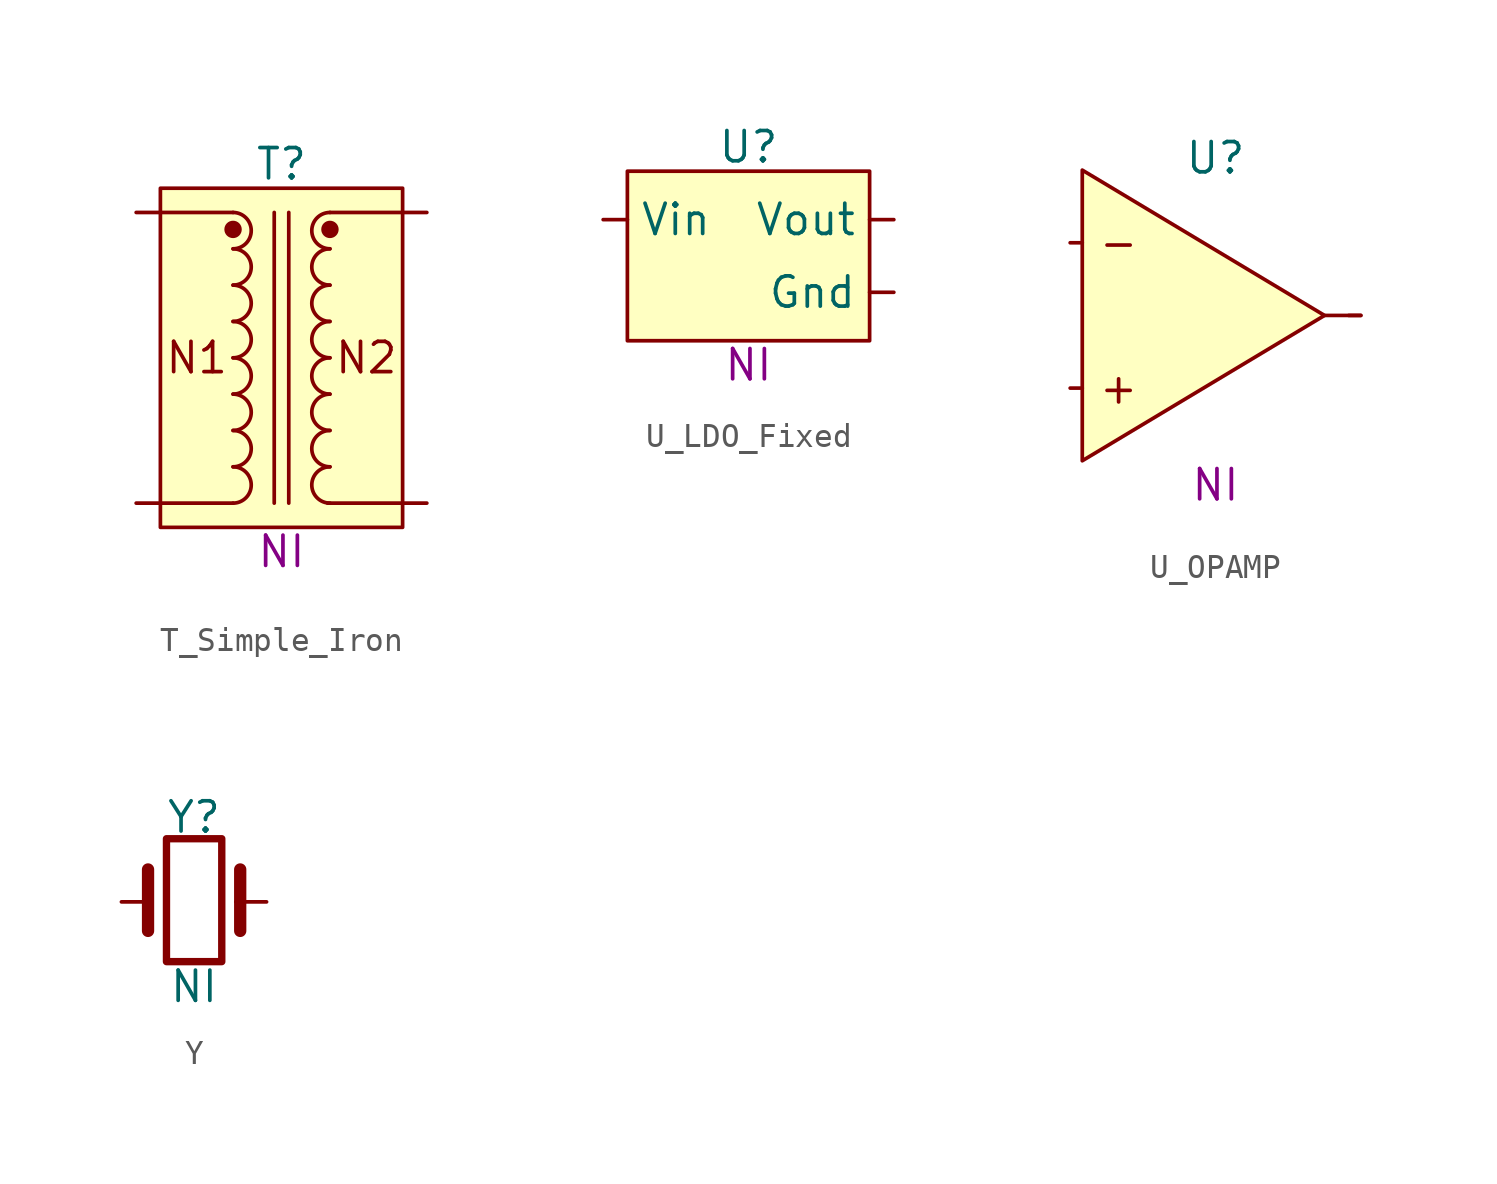
<source format=kicad_sym>
(kicad_symbol_lib
  (version 20241209)
  (generator "kicad_symbol_editor")
  (generator_version "9.0")
  (symbol "T_Simple_Iron"
    (pin_numbers
      (hide yes))
    (pin_names
      (offset 0)
      (hide yes))
    (property "Reference" "T"
      (at 6 2 0)
      (do_not_autoplace)
      (effects (font (size 1.25 1.25))))
    (property "Part#" "NI"
      (at 6 -14 0)
      (do_not_autoplace)
      (effects (font (size 1.25 1.25))))
    (symbol "T_Simple_Iron_0_1"
      (polyline (pts (xy 1 0) (xy 4 0)) (stroke (width 0) (type default)) (fill (type none)))
      (polyline (pts (xy 1 -12) (xy 4 -12)) (stroke (width 0) (type default)) (fill (type none)))
      (arc (start 4 0) (mid 4.75 -0.75) (end 4 -1.5) (stroke (width 0) (type default)) (fill (type none)))
      (arc (start 4 -1.5) (mid 4.75 -2.25) (end 4 -3) (stroke (width 0) (type default)) (fill (type none)))
      (arc (start 4 -3) (mid 4.75 -3.75) (end 4 -4.5) (stroke (width 0) (type default)) (fill (type none)))
      (arc (start 4 -4.5) (mid 4.75 -5.25) (end 4 -6) (stroke (width 0) (type default)) (fill (type none)))
      (arc (start 4 -6) (mid 4.75 -6.75) (end 4 -7.5) (stroke (width 0) (type default)) (fill (type none)))
      (arc (start 4 -7.5) (mid 4.75 -8.25) (end 4 -9) (stroke (width 0) (type default)) (fill (type none)))
      (arc (start 4 -9) (mid 4.75 -9.75) (end 4 -10.5) (stroke (width 0) (type default)) (fill (type none)))
      (arc (start 4 -10.5) (mid 4.75 -11.25) (end 4 -12) (stroke (width 0) (type default)) (fill (type none)))
      (polyline (pts (xy 5.7 0) (xy 5.7 -12)) (stroke (width 0) (type default)) (fill (type none)))
      (polyline (pts (xy 6.3 0) (xy 6.3 -12)) (stroke (width 0) (type default)) (fill (type none)))
      (polyline (pts (xy 7.9 -12) (xy 11 -12)) (stroke (width 0) (type default)) (fill (type none)))
      (polyline (pts (xy 8 0) (xy 11 0)) (stroke (width 0) (type default)) (fill (type none)))
      (arc (start 8 -1.5) (mid 7.25 -0.75) (end 8 0) (stroke (width 0) (type default)) (fill (type none)))
      (arc (start 8 -3) (mid 7.25 -2.25) (end 8 -1.5) (stroke (width 0) (type default)) (fill (type none)))
      (arc (start 8 -4.5) (mid 7.25 -3.75) (end 8 -3) (stroke (width 0) (type default)) (fill (type none)))
      (arc (start 8 -6) (mid 7.25 -5.25) (end 8 -4.5) (stroke (width 0) (type default)) (fill (type none)))
      (arc (start 8 -7.5) (mid 7.25 -6.75) (end 8 -6) (stroke (width 0) (type default)) (fill (type none)))
      (arc (start 8 -9) (mid 7.25 -8.25) (end 8 -7.5) (stroke (width 0) (type default)) (fill (type none)))
      (arc (start 8 -10.5) (mid 7.25 -9.75) (end 8 -9) (stroke (width 0) (type default)) (fill (type none)))
      (arc (start 8 -12) (mid 7.25 -11.25) (end 8 -10.5) (stroke (width 0) (type default)) (fill (type none))))
    (symbol "T_Simple_Iron_1_1"
      (rectangle (start 1 1) (end 11 -13) (stroke (width 0) (type default)) (fill (type background)))
      (circle (center 4 -0.7) (radius 0.283) (stroke (width 0) (type default)) (fill (type outline)))
      (circle (center 8 -0.7) (radius 0.283) (stroke (width 0) (type default)) (fill (type outline)))
      (text "N1" (at 2.5 -6 0) (effects (font (size 1.25 1.25))))
      (text "N2" (at 9.5 -6 0) (effects (font (size 1.25 1.25))))
      (pin passive line (at 0 0 0) (length 1) (name "N1-1" (effects (font (size 1.25 1.25)))) (number "N1-1" (effects (font (size 1.25 1.25)))))
      (pin passive line (at 0 -12 0) (length 1) (name "N1-2" (effects (font (size 1.25 1.25)))) (number "N1-2" (effects (font (size 1.25 1.25)))))
      (pin passive line (at 12 0 180) (length 1) (name "N2-1" (effects (font (size 1.25 1.25)))) (number "N2-1" (effects (font (size 1.25 1.25)))))
      (pin passive line (at 12 -12 180) (length 1) (name "N2-2" (effects (font (size 1.25 1.25)))) (number "N2-2" (effects (font (size 1.25 1.25)))))))
  (symbol "U_LDO_Fixed"
    (pin_numbers
      (hide yes))
    (property "Reference" "U"
      (at 6 3 0)
      (do_not_autoplace)
      (effects (font (size 1.25 1.25))))
    (property "Part#" "NI"
      (at 6 -6 0)
      (do_not_autoplace)
      (effects (font (size 1.25 1.25))))
    (symbol "U_LDO_Fixed_1_1"
      (rectangle (start 1 2) (end 11 -5) (stroke (width 0) (type default)) (fill (type background)))
      (pin power_in line (at 0 0 0) (length 1) (name "Vin" (effects (font (size 1.25 1.25)))) (number "Vin" (effects (font (size 1.25 1.25)))))
      (pin power_out line (at 12 0 180) (length 1) (name "Vout" (effects (font (size 1.25 1.25)))) (number "Vout" (effects (font (size 1.25 1.25)))))
      (pin passive line (at 12 -3 180) (length 1) (name "Gnd" (effects (font (size 1.25 1.25)))) (number "Gnd" (effects (font (size 1.25 1.25)))))))
  (symbol "U_OPAMP"
    (pin_numbers
      (hide yes))
    (pin_names
      (offset 0)
      (hide yes))
    (property "Reference" "U"
      (at 6 3.5 0)
      (do_not_autoplace)
      (effects (font (size 1.25 1.25))))
    (property "Part#" "NI"
      (at 6 -10 0)
      (do_not_autoplace)
      (effects (font (size 1.25 1.25))))
    (symbol "U_OPAMP_1_1"
      (polyline (pts (xy 0.5 3) (xy 0.5 -9) (xy 10.5 -3) (xy 0.5 3)) (stroke (width 0) (type default)) (fill (type background)))
      (polyline (pts (xy 12 -3) (xy 10.5 -3)) (stroke (width 0) (type default)) (fill (type none)))
      (text "-" (at 2 0 0) (effects (font (size 1.25 1.25))))
      (text "+" (at 2 -6 0) (effects (font (size 1.25 1.25))))
      (pin input line (at 0 0 0) (length 0.5) (name "Vin-" (effects (font (size 1.25 1.25)))) (number "Vin-" (effects (font (size 1.25 1.25)))))
      (pin input line (at 0 -6 0) (length 0.5) (name "Vin+" (effects (font (size 1.25 1.25)))) (number "Vin+" (effects (font (size 1.25 1.25)))))
      (pin output line (at 12 -3 180) (length 0.5) (name "Vout" (effects (font (size 1.25 1.25)))) (number "Vout" (effects (font (size 1.25 1.25)))))))
  (symbol "Y"
    (pin_numbers
      (hide yes))
    (pin_names
      (offset 0)
      (hide yes))
    (property "Reference" "Y"
      (at 3 3.5 0)
      (do_not_autoplace)
      (effects (font (size 1.25 1.25))))
    (property "Value" "NI"
      (at 3 -3.5 0)
      (do_not_autoplace)
      (effects (font (size 1.25 1.25))))
    (symbol "Y_0_1"
      (polyline (pts (xy 1.1 -1.2) (xy 1.1 1.34)) (stroke (width 0.508) (type default)) (fill (type none)))
      (rectangle (start 1.862 2.61) (end 4.148 -2.47) (stroke (width 0.305) (type default)) (fill (type none)))
      (polyline (pts (xy 4.91 -1.2) (xy 4.91 1.34)) (stroke (width 0.508) (type default)) (fill (type none))))
    (symbol "Y_1_1"
      (pin passive line (at 0 0 0) (length 1.27) (name "1" (effects (font (size 1.25 1.25)))) (number "1" (effects (font (size 1.25 1.25)))))
      (pin passive line (at 6 0 180) (length 1.27) (name "2" (effects (font (size 1.25 1.25)))) (number "2" (effects (font (size 1.25 1.25))))))))
</source>
